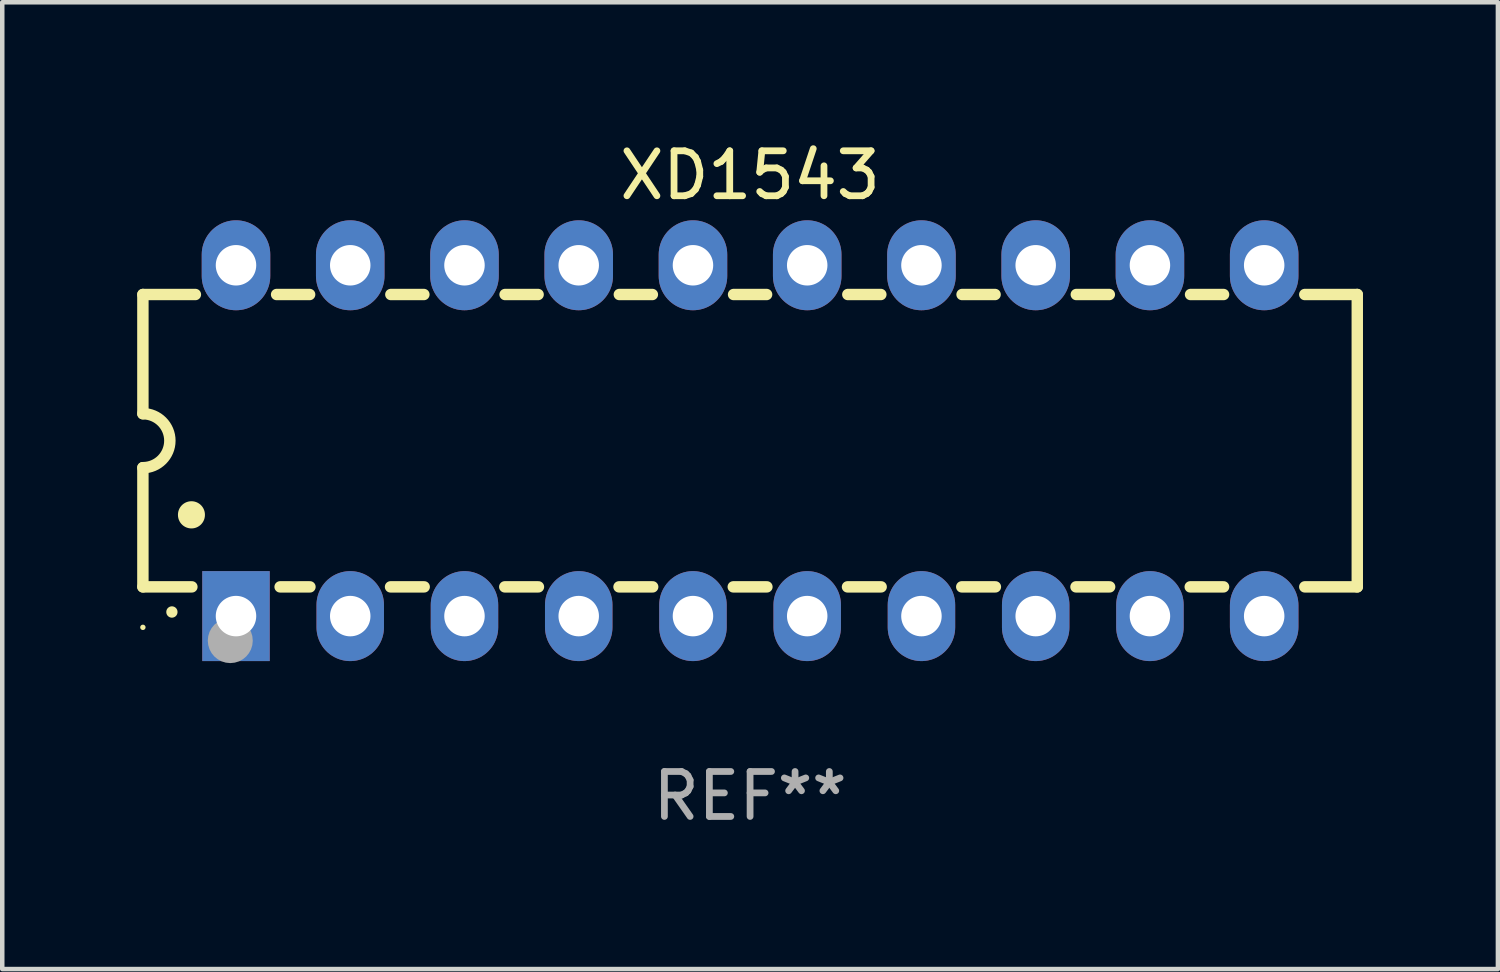
<source format=kicad_pcb>
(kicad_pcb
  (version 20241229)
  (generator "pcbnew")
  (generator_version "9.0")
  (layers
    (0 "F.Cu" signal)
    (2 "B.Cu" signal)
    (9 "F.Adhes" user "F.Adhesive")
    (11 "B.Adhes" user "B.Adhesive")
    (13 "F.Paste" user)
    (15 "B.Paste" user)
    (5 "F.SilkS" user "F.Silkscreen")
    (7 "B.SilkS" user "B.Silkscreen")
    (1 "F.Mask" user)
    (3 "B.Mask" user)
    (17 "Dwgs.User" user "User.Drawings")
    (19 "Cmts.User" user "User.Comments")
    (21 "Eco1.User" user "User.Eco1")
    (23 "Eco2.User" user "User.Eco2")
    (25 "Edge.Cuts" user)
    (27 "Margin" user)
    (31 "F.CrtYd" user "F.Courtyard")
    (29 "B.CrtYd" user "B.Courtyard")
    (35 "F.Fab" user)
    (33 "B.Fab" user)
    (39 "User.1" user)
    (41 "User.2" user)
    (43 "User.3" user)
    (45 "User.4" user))
  (footprint "XD1543"
    (layer "F.Cu")
    (at 13.627 6.748)
    (property "Reference" "XD1543" (at 0 -5.9 0) (layer "F.SilkS") (effects (font (size 1 1) (thickness 0.15))))
    (attr through_hole)
    (fp_line (start -13.5 -3.25) (end -12.333 -3.25) (stroke (width 0.254) (type solid)) (layer "F.SilkS"))
    (fp_line (start -13.5 -0.6) (end -13.5 -3.25) (stroke (width 0.254) (type solid)) (layer "F.SilkS"))
    (fp_line (start -13.5 3.25) (end -13.5 0.6) (stroke (width 0.254) (type solid)) (layer "F.SilkS"))
    (fp_line (start -13.5 3.25) (end -12.411 3.25) (stroke (width 0.254) (type solid)) (layer "F.SilkS"))
    (fp_line (start -10.527 -3.25) (end -9.793 -3.25) (stroke (width 0.254) (type solid)) (layer "F.SilkS"))
    (fp_line (start -10.449 3.25) (end -9.786 3.25) (stroke (width 0.254) (type solid)) (layer "F.SilkS"))
    (fp_line (start -7.994 3.25) (end -7.246 3.25) (stroke (width 0.254) (type solid)) (layer "F.SilkS"))
    (fp_line (start -7.987 -3.25) (end -7.253 -3.25) (stroke (width 0.254) (type solid)) (layer "F.SilkS"))
    (fp_line (start -5.454 3.25) (end -4.706 3.25) (stroke (width 0.254) (type solid)) (layer "F.SilkS"))
    (fp_line (start -5.447 -3.25) (end -4.713 -3.25) (stroke (width 0.254) (type solid)) (layer "F.SilkS"))
    (fp_line (start -2.914 3.25) (end -2.166 3.25) (stroke (width 0.254) (type solid)) (layer "F.SilkS"))
    (fp_line (start -2.907 -3.25) (end -2.173 -3.25) (stroke (width 0.254) (type solid)) (layer "F.SilkS"))
    (fp_line (start -0.374 3.25) (end 0.374 3.25) (stroke (width 0.254) (type solid)) (layer "F.SilkS"))
    (fp_line (start -0.367 -3.25) (end 0.367 -3.25) (stroke (width 0.254) (type solid)) (layer "F.SilkS"))
    (fp_line (start 2.166 3.25) (end 2.914 3.25) (stroke (width 0.254) (type solid)) (layer "F.SilkS"))
    (fp_line (start 2.173 -3.25) (end 2.907 -3.25) (stroke (width 0.254) (type solid)) (layer "F.SilkS"))
    (fp_line (start 4.706 3.25) (end 5.454 3.25) (stroke (width 0.254) (type solid)) (layer "F.SilkS"))
    (fp_line (start 4.713 -3.25) (end 5.447 -3.25) (stroke (width 0.254) (type solid)) (layer "F.SilkS"))
    (fp_line (start 7.246 3.25) (end 7.994 3.25) (stroke (width 0.254) (type solid)) (layer "F.SilkS"))
    (fp_line (start 7.253 -3.25) (end 7.987 -3.25) (stroke (width 0.254) (type solid)) (layer "F.SilkS"))
    (fp_line (start 9.786 3.25) (end 10.527 3.25) (stroke (width 0.254) (type solid)) (layer "F.SilkS"))
    (fp_line (start 9.793 -3.25) (end 10.527 -3.25) (stroke (width 0.254) (type solid)) (layer "F.SilkS"))
    (fp_line (start 12.333 -3.25) (end 13.5 -3.25) (stroke (width 0.254) (type solid)) (layer "F.SilkS"))
    (fp_line (start 12.333 3.25) (end 13.5 3.25) (stroke (width 0.254) (type solid)) (layer "F.SilkS"))
    (fp_line (start 13.5 -3.25) (end 13.5 3.25) (stroke (width 0.254) (type solid)) (layer "F.SilkS"))
    (fp_arc (start -13.500127 -0.599442) (mid -12.900406 0.000228) (end -13.500025 0.6) (stroke (width 0.254001) (type solid)) (layer "F.SilkS"))
    (fp_arc (start -12.854966 3.810008) (mid -12.854973 3.808738) (end -12.854966 3.807468) (stroke (width 0.25) (type solid)) (layer "F.SilkS"))
    (fp_arc (start -12.420625 1.651003) (mid -12.420636 1.648463) (end -12.420625 1.645923) (stroke (width 0.6) (type solid)) (layer "F.SilkS"))
    (fp_circle (center -13.5 4.15) (end -13.47 4.15) (stroke (width 0.06) (type solid)) (fill no) (layer "F.SilkS"))
    (fp_circle (center -11.557 4.445) (end -11.307 4.445) (stroke (width 0.5) (type solid)) (fill no) (layer "F.Fab"))
    (fp_text user "REF**" (at 0 7.9 0) (layer "F.Fab") (effects (font (size 1 1) (thickness 0.15))))
    (pad "1" thru_hole rect (at -11.43 3.9 90) (size 2 1.5) (drill 0.9) (layers "*.Cu" "*.Mask"))
    (pad "2" thru_hole oval (at -8.89 3.9 90) (size 2 1.5) (drill 0.9) (layers "*.Cu" "*.Mask"))
    (pad "3" thru_hole oval (at -6.35 3.9 90) (size 2 1.5) (drill 0.9) (layers "*.Cu" "*.Mask"))
    (pad "4" thru_hole oval (at -3.81 3.9 90) (size 2 1.5) (drill 0.9) (layers "*.Cu" "*.Mask"))
    (pad "5" thru_hole oval (at -1.27 3.9 90) (size 2 1.5) (drill 0.9) (layers "*.Cu" "*.Mask"))
    (pad "6" thru_hole oval (at 1.27 3.9 90) (size 2 1.5) (drill 0.9) (layers "*.Cu" "*.Mask"))
    (pad "7" thru_hole oval (at 3.81 3.9 90) (size 2 1.5) (drill 0.9) (layers "*.Cu" "*.Mask"))
    (pad "8" thru_hole oval (at 6.35 3.9 90) (size 2 1.5) (drill 0.9) (layers "*.Cu" "*.Mask"))
    (pad "9" thru_hole oval (at 8.89 3.9 90) (size 2 1.5) (drill 0.9) (layers "*.Cu" "*.Mask"))
    (pad "10" thru_hole oval (at 11.43 3.9 90) (size 2 1.524) (drill 0.9) (layers "*.Cu" "*.Mask"))
    (pad "11" thru_hole oval (at 11.43 -3.9 90) (size 2 1.524) (drill 0.9) (layers "*.Cu" "*.Mask"))
    (pad "12" thru_hole oval (at 8.89 -3.9 90) (size 2 1.524) (drill 0.9) (layers "*.Cu" "*.Mask"))
    (pad "13" thru_hole oval (at 6.35 -3.9 90) (size 2 1.524) (drill 0.9) (layers "*.Cu" "*.Mask"))
    (pad "14" thru_hole oval (at 3.81 -3.9 90) (size 2 1.524) (drill 0.9) (layers "*.Cu" "*.Mask"))
    (pad "15" thru_hole oval (at 1.27 -3.9 90) (size 2 1.524) (drill 0.9) (layers "*.Cu" "*.Mask"))
    (pad "16" thru_hole oval (at -1.27 -3.9 90) (size 2 1.524) (drill 0.9) (layers "*.Cu" "*.Mask"))
    (pad "17" thru_hole oval (at -3.81 -3.9 90) (size 2 1.524) (drill 0.9) (layers "*.Cu" "*.Mask"))
    (pad "18" thru_hole oval (at -6.35 -3.9 90) (size 2 1.524) (drill 0.9) (layers "*.Cu" "*.Mask"))
    (pad "19" thru_hole oval (at -8.89 -3.9 90) (size 2 1.524) (drill 0.9) (layers "*.Cu" "*.Mask"))
    (pad "20" thru_hole oval (at -11.43 -3.9 90) (size 2 1.524) (drill 0.9) (layers "*.Cu" "*.Mask")))
  (gr_rect
    (start -3 -3)
    (end 30.254 18.496)
    (stroke (width 0.1) (type default))
    (fill no)
    (layer "Edge.Cuts")))
</source>
